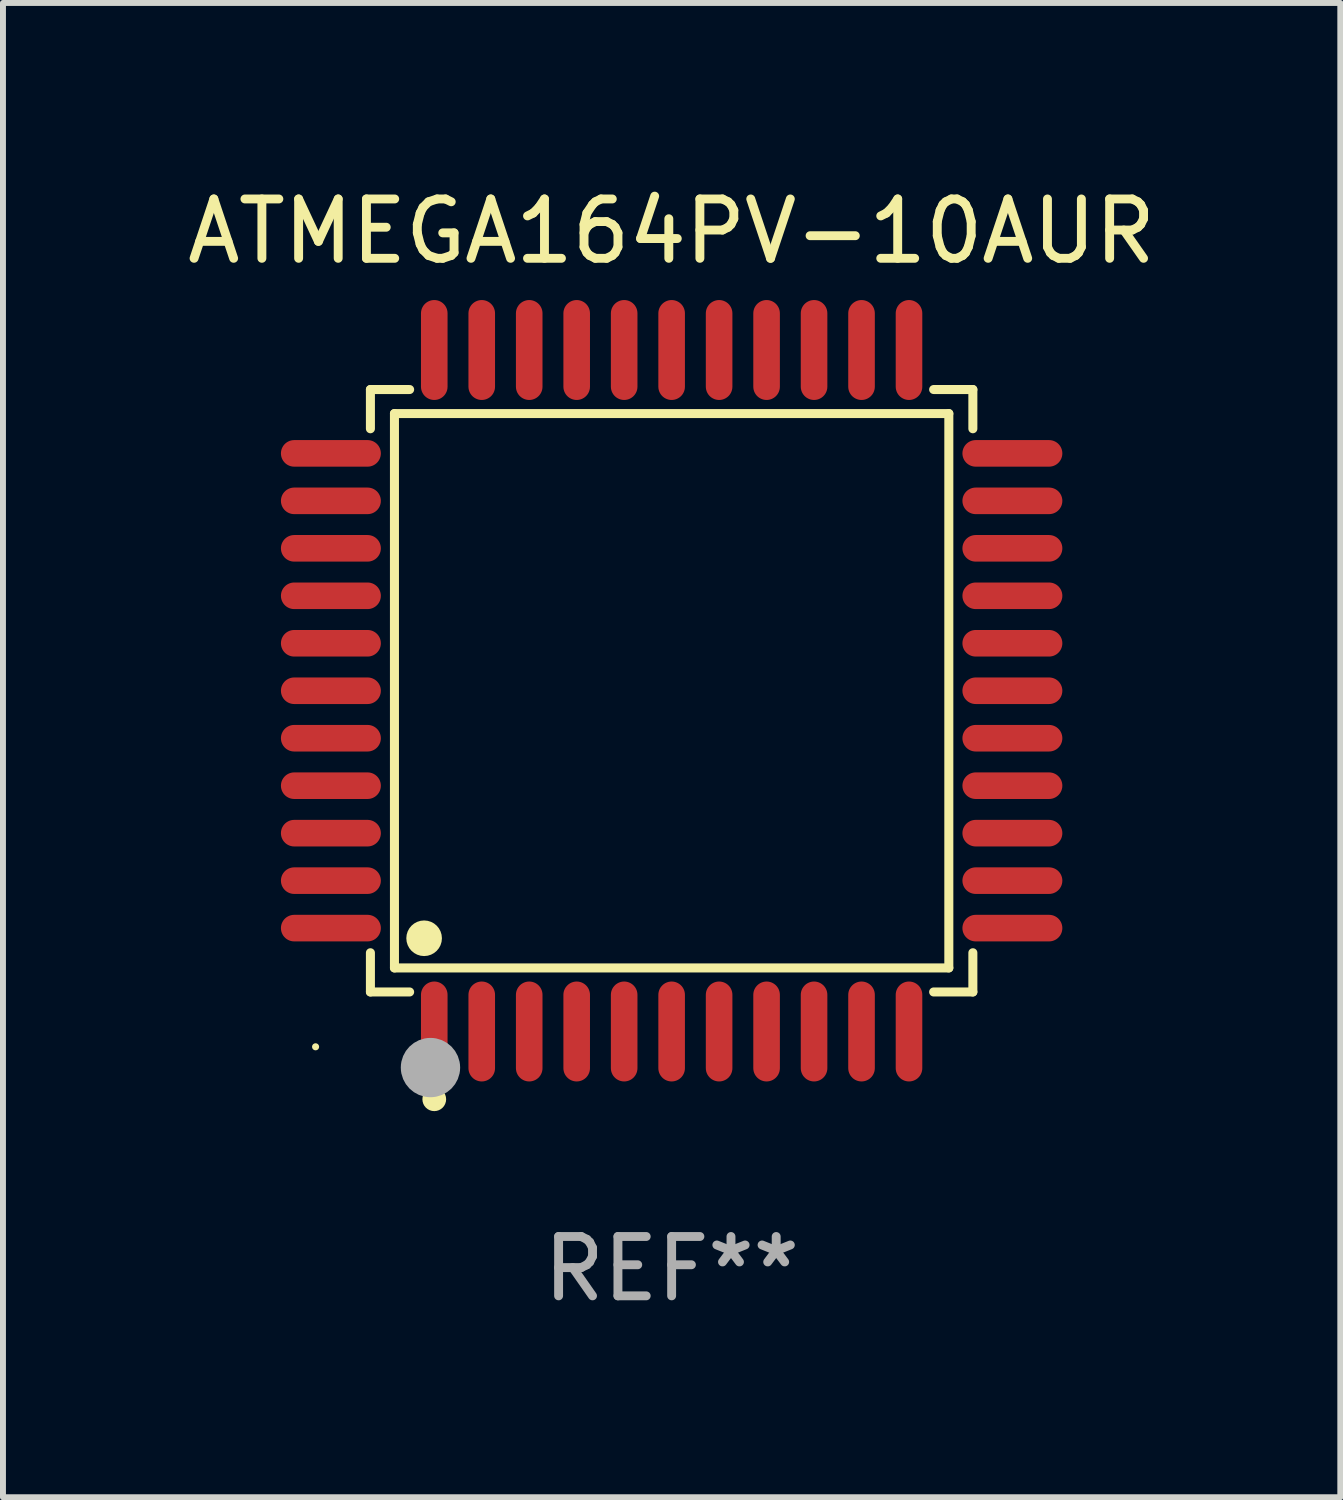
<source format=kicad_pcb>
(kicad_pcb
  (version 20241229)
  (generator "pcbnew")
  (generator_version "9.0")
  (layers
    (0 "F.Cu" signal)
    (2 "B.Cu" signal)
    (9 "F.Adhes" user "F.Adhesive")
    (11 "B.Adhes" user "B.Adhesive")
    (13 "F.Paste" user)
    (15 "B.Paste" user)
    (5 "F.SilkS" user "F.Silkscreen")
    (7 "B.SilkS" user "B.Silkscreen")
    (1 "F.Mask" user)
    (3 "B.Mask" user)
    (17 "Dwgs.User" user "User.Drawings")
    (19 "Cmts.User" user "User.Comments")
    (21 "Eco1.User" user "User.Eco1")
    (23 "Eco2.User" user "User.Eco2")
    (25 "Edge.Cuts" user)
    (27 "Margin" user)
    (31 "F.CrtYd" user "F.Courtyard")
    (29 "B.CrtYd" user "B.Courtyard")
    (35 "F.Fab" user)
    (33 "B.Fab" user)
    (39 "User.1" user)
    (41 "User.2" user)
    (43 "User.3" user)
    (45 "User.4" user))
  (footprint "ATMEGA164PV-10AUR"
    (layer "F.Cu")
    (at 8.268 8.59)
    (property "Reference" "ATMEGA164PV-10AUR" (at 0 -7.742 0) (layer "F.SilkS") (effects (font (size 1 1) (thickness 0.15))))
    (attr through_hole)
    (fp_line (start -5.076 -5.076) (end -4.415 -5.076) (stroke (width 0.152) (type solid)) (layer "F.SilkS"))
    (fp_line (start -5.076 -4.415) (end -5.076 -5.076) (stroke (width 0.152) (type solid)) (layer "F.SilkS"))
    (fp_line (start -5.076 4.415) (end -5.076 5.076) (stroke (width 0.152) (type solid)) (layer "F.SilkS"))
    (fp_line (start -5.076 5.076) (end -4.415 5.076) (stroke (width 0.152) (type solid)) (layer "F.SilkS"))
    (fp_line (start -4.671 -4.671) (end 4.671 -4.671) (stroke (width 0.152) (type solid)) (layer "F.SilkS"))
    (fp_line (start -4.671 4.671) (end -4.671 -4.671) (stroke (width 0.152) (type solid)) (layer "F.SilkS"))
    (fp_line (start 4.671 -4.671) (end 4.671 4.671) (stroke (width 0.152) (type solid)) (layer "F.SilkS"))
    (fp_line (start 4.671 4.671) (end -4.671 4.671) (stroke (width 0.152) (type solid)) (layer "F.SilkS"))
    (fp_line (start 5.076 -5.076) (end 4.415 -5.076) (stroke (width 0.152) (type solid)) (layer "F.SilkS"))
    (fp_line (start 5.076 -4.415) (end 5.076 -5.076) (stroke (width 0.152) (type solid)) (layer "F.SilkS"))
    (fp_line (start 5.076 4.415) (end 5.076 5.076) (stroke (width 0.152) (type solid)) (layer "F.SilkS"))
    (fp_line (start 5.076 5.076) (end 4.415 5.076) (stroke (width 0.152) (type solid)) (layer "F.SilkS"))
    (fp_circle (center -6 6) (end -5.97 6) (stroke (width 0.06) (type solid)) (fill no) (layer "F.SilkS"))
    (fp_circle (center -4.171 4.171) (end -4.021 4.171) (stroke (width 0.3) (type solid)) (fill no) (layer "F.SilkS"))
    (fp_circle (center -4 6.884) (end -3.9 6.884) (stroke (width 0.2) (type solid)) (fill no) (layer "F.SilkS"))
    (fp_circle (center -4.064 6.35) (end -3.814 6.35) (stroke (width 0.5) (type solid)) (fill no) (layer "F.Fab"))
    (fp_text user "REF**" (at 0 9.742 0) (layer "F.Fab") (effects (font (size 1 1) (thickness 0.15))))
    (pad "1" smd oval (at -4 5.742) (size 0.448 1.684) (layers "F.Cu" "F.Mask" "F.Paste"))
    (pad "2" smd oval (at -3.2 5.742) (size 0.448 1.684) (layers "F.Cu" "F.Mask" "F.Paste"))
    (pad "3" smd oval (at -2.4 5.742) (size 0.448 1.684) (layers "F.Cu" "F.Mask" "F.Paste"))
    (pad "4" smd oval (at -1.6 5.742) (size 0.448 1.684) (layers "F.Cu" "F.Mask" "F.Paste"))
    (pad "5" smd oval (at -0.8 5.742) (size 0.448 1.684) (layers "F.Cu" "F.Mask" "F.Paste"))
    (pad "6" smd oval (at 0 5.742) (size 0.448 1.684) (layers "F.Cu" "F.Mask" "F.Paste"))
    (pad "7" smd oval (at 0.8 5.742) (size 0.448 1.684) (layers "F.Cu" "F.Mask" "F.Paste"))
    (pad "8" smd oval (at 1.6 5.742) (size 0.448 1.684) (layers "F.Cu" "F.Mask" "F.Paste"))
    (pad "9" smd oval (at 2.4 5.742) (size 0.448 1.684) (layers "F.Cu" "F.Mask" "F.Paste"))
    (pad "10" smd oval (at 3.2 5.742) (size 0.448 1.684) (layers "F.Cu" "F.Mask" "F.Paste"))
    (pad "11" smd oval (at 4 5.742) (size 0.448 1.684) (layers "F.Cu" "F.Mask" "F.Paste"))
    (pad "12" smd oval (at 5.742 4) (size 1.684 0.448) (layers "F.Cu" "F.Mask" "F.Paste"))
    (pad "13" smd oval (at 5.742 3.2) (size 1.684 0.448) (layers "F.Cu" "F.Mask" "F.Paste"))
    (pad "14" smd oval (at 5.742 2.4) (size 1.684 0.448) (layers "F.Cu" "F.Mask" "F.Paste"))
    (pad "15" smd oval (at 5.742 1.6) (size 1.684 0.448) (layers "F.Cu" "F.Mask" "F.Paste"))
    (pad "16" smd oval (at 5.742 0.8) (size 1.684 0.448) (layers "F.Cu" "F.Mask" "F.Paste"))
    (pad "17" smd oval (at 5.742 0) (size 1.684 0.448) (layers "F.Cu" "F.Mask" "F.Paste"))
    (pad "18" smd oval (at 5.742 -0.8) (size 1.684 0.448) (layers "F.Cu" "F.Mask" "F.Paste"))
    (pad "19" smd oval (at 5.742 -1.6) (size 1.684 0.448) (layers "F.Cu" "F.Mask" "F.Paste"))
    (pad "20" smd oval (at 5.742 -2.4) (size 1.684 0.448) (layers "F.Cu" "F.Mask" "F.Paste"))
    (pad "21" smd oval (at 5.742 -3.2) (size 1.684 0.448) (layers "F.Cu" "F.Mask" "F.Paste"))
    (pad "22" smd oval (at 5.742 -4) (size 1.684 0.448) (layers "F.Cu" "F.Mask" "F.Paste"))
    (pad "23" smd oval (at 4 -5.742) (size 0.448 1.684) (layers "F.Cu" "F.Mask" "F.Paste"))
    (pad "24" smd oval (at 3.2 -5.742) (size 0.448 1.684) (layers "F.Cu" "F.Mask" "F.Paste"))
    (pad "25" smd oval (at 2.4 -5.742) (size 0.448 1.684) (layers "F.Cu" "F.Mask" "F.Paste"))
    (pad "26" smd oval (at 1.6 -5.742) (size 0.448 1.684) (layers "F.Cu" "F.Mask" "F.Paste"))
    (pad "27" smd oval (at 0.8 -5.742) (size 0.448 1.684) (layers "F.Cu" "F.Mask" "F.Paste"))
    (pad "28" smd oval (at 0 -5.742) (size 0.448 1.684) (layers "F.Cu" "F.Mask" "F.Paste"))
    (pad "29" smd oval (at -0.8 -5.742) (size 0.448 1.684) (layers "F.Cu" "F.Mask" "F.Paste"))
    (pad "30" smd oval (at -1.6 -5.742) (size 0.448 1.684) (layers "F.Cu" "F.Mask" "F.Paste"))
    (pad "31" smd oval (at -2.4 -5.742) (size 0.448 1.684) (layers "F.Cu" "F.Mask" "F.Paste"))
    (pad "32" smd oval (at -3.2 -5.742) (size 0.448 1.684) (layers "F.Cu" "F.Mask" "F.Paste"))
    (pad "33" smd oval (at -4 -5.742) (size 0.448 1.684) (layers "F.Cu" "F.Mask" "F.Paste"))
    (pad "34" smd oval (at -5.742 -4) (size 1.684 0.448) (layers "F.Cu" "F.Mask" "F.Paste"))
    (pad "35" smd oval (at -5.742 -3.2) (size 1.684 0.448) (layers "F.Cu" "F.Mask" "F.Paste"))
    (pad "36" smd oval (at -5.742 -2.4) (size 1.684 0.448) (layers "F.Cu" "F.Mask" "F.Paste"))
    (pad "37" smd oval (at -5.742 -1.6) (size 1.684 0.448) (layers "F.Cu" "F.Mask" "F.Paste"))
    (pad "38" smd oval (at -5.742 -0.8) (size 1.684 0.448) (layers "F.Cu" "F.Mask" "F.Paste"))
    (pad "39" smd oval (at -5.742 0) (size 1.684 0.448) (layers "F.Cu" "F.Mask" "F.Paste"))
    (pad "40" smd oval (at -5.742 0.8) (size 1.684 0.448) (layers "F.Cu" "F.Mask" "F.Paste"))
    (pad "41" smd oval (at -5.742 1.6) (size 1.684 0.448) (layers "F.Cu" "F.Mask" "F.Paste"))
    (pad "42" smd oval (at -5.742 2.4) (size 1.684 0.448) (layers "F.Cu" "F.Mask" "F.Paste"))
    (pad "43" smd oval (at -5.742 3.2) (size 1.684 0.448) (layers "F.Cu" "F.Mask" "F.Paste"))
    (pad "44" smd oval (at -5.742 4) (size 1.684 0.448) (layers "F.Cu" "F.Mask" "F.Paste")))
  (gr_rect
    (start -3 -3)
    (end 19.536 22.18)
    (stroke (width 0.1) (type default))
    (fill no)
    (layer "Edge.Cuts")))
</source>
